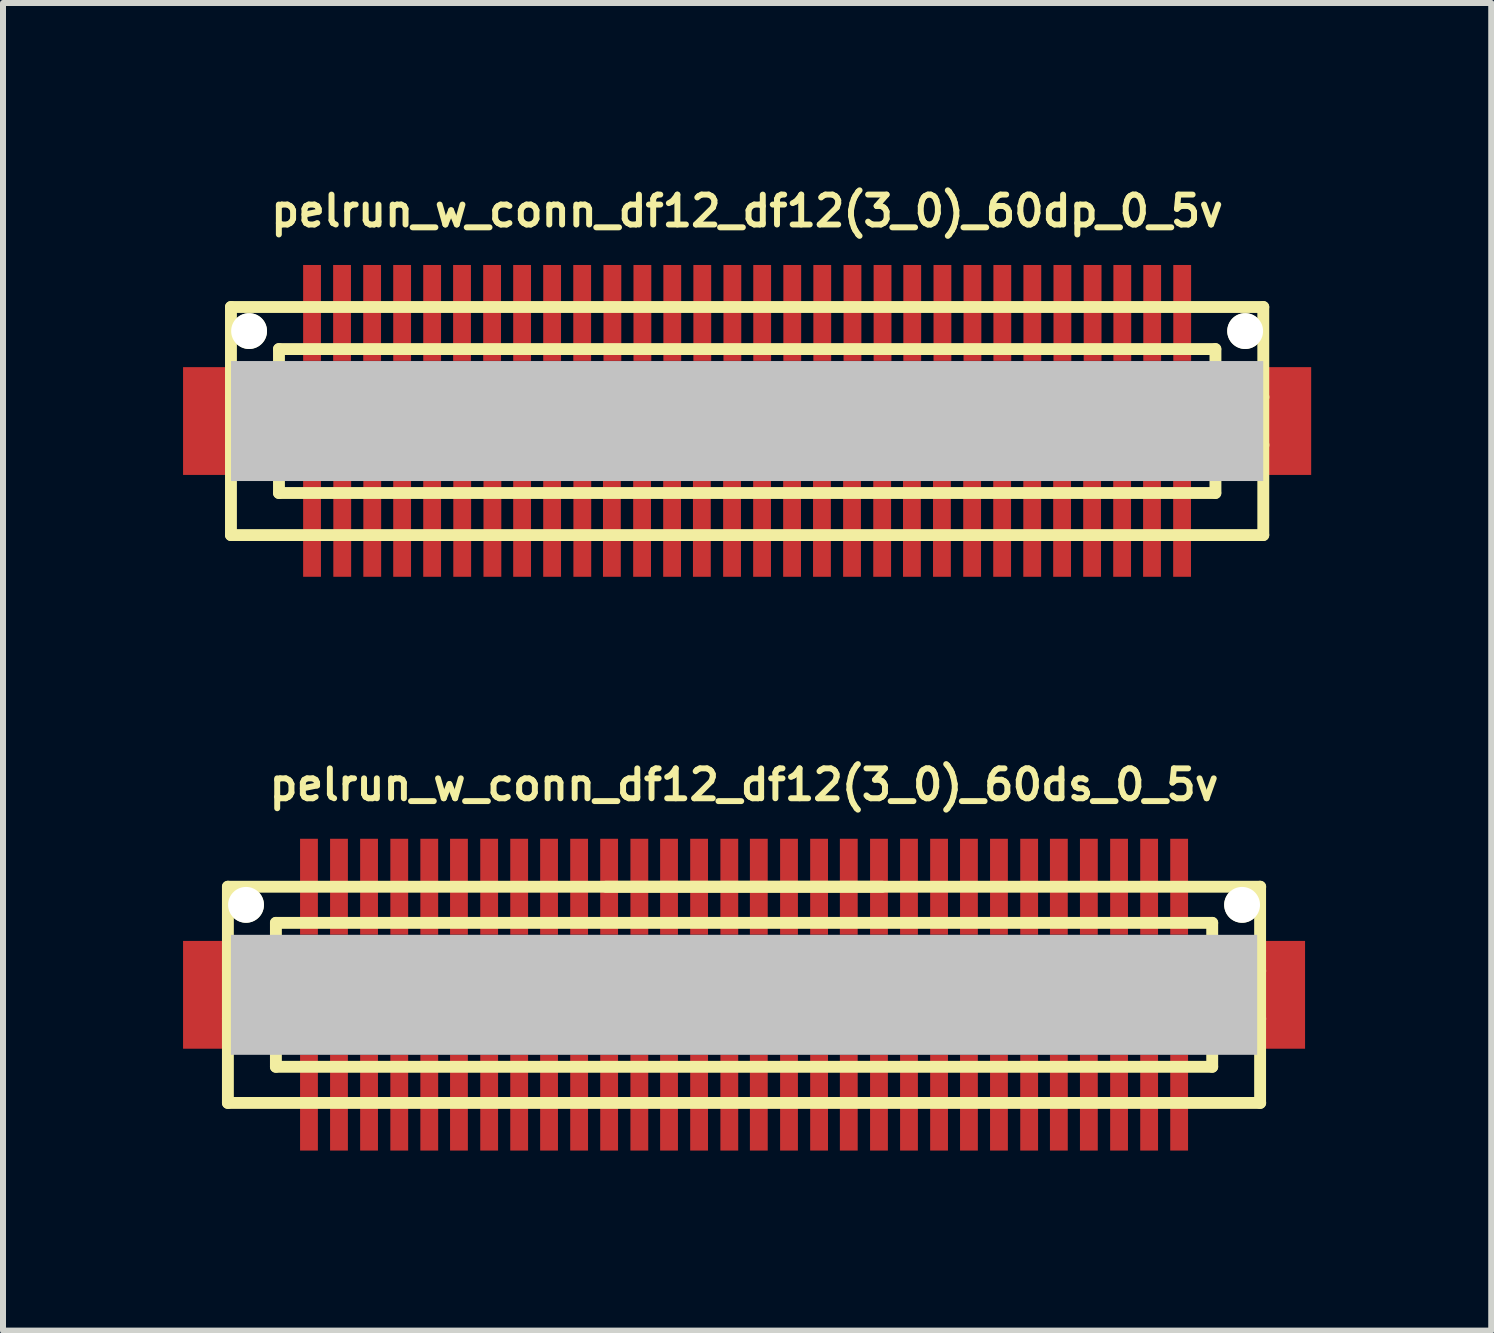
<source format=kicad_pcb>
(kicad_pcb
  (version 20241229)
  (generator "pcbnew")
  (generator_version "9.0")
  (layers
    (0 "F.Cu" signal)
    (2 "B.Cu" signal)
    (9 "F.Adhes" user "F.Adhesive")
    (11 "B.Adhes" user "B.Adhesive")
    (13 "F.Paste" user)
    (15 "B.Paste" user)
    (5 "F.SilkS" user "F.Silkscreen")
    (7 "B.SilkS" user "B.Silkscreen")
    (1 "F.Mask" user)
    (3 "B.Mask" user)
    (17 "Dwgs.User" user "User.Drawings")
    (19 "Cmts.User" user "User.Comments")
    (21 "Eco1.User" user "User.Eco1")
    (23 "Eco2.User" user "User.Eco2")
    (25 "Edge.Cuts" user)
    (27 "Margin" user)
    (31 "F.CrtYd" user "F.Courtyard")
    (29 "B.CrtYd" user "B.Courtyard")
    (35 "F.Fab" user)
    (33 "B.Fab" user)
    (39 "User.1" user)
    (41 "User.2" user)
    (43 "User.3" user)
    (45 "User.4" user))
  (footprint "pelrun_w_conn_df12_df12(3_0)_60ds_0_5v"
    (layer "F.Cu")
    (at 9.347 13.525)
    (property "Reference" "pelrun_w_conn_df12_df12(3_0)_60ds_0_5v" (at 0 -3.5 0) (layer "F.SilkS") (effects (font (size 0.498 0.498) (thickness 0.099))))
    (attr through_hole)
    (fp_line (start -8.6 -1.801) (end 8.6 -1.801) (stroke (width 0.198) (type solid)) (layer "F.SilkS"))
    (fp_line (start -8.6 1.801) (end -8.6 -1.801) (stroke (width 0.198) (type solid)) (layer "F.SilkS"))
    (fp_line (start -8.6 1.801) (end 8.6 1.801) (stroke (width 0.198) (type solid)) (layer "F.SilkS"))
    (fp_line (start -7.8 -0.701) (end 7.8 -0.701) (stroke (width 0.198) (type solid)) (layer "F.SilkS"))
    (fp_line (start -7.8 -0.399) (end -8.6 -0.399) (stroke (width 0.198) (type solid)) (layer "F.SilkS"))
    (fp_line (start -7.8 0.399) (end -8.6 0.399) (stroke (width 0.198) (type solid)) (layer "F.SilkS"))
    (fp_line (start -7.8 0.701) (end 7.8 0.701) (stroke (width 0.198) (type solid)) (layer "F.SilkS"))
    (fp_line (start -7.8 1.199) (end -7.8 -1.199) (stroke (width 0.198) (type solid)) (layer "F.SilkS"))
    (fp_line (start -2.301 -1.801) (end 2.301 -1.801) (stroke (width 0.198) (type solid)) (layer "F.SilkS"))
    (fp_line (start 7.8 -1.199) (end -7.8 -1.199) (stroke (width 0.198) (type solid)) (layer "F.SilkS"))
    (fp_line (start 7.8 -1.199) (end 7.8 1.199) (stroke (width 0.198) (type solid)) (layer "F.SilkS"))
    (fp_line (start 7.8 -0.399) (end 8.6 -0.399) (stroke (width 0.198) (type solid)) (layer "F.SilkS"))
    (fp_line (start 7.8 1.199) (end -7.8 1.199) (stroke (width 0.198) (type solid)) (layer "F.SilkS"))
    (fp_line (start 8.598 -1.801) (end 8.598 1.801) (stroke (width 0.198) (type solid)) (layer "F.SilkS"))
    (fp_line (start 8.6 0.399) (end 7.8 0.399) (stroke (width 0.198) (type solid)) (layer "F.SilkS"))
    (pad "" smd rect (at -8.948 0) (size 0.798 1.796) (layers "F.Cu" "F.Mask" "F.Paste"))
    (pad "" np_thru_hole circle (at -8.298 -1.499) (size 0.597 0.597) (drill 0.597) (layers "*.Cu" "*.Mask" "F.SilkS"))
    (pad "" smd rect (at 0 0) (size 17.099 1.999) (layers "Dwgs.User"))
    (pad "" np_thru_hole circle (at 8.298 -1.499) (size 0.597 0.597) (drill 0.597) (layers "*.Cu" "*.Mask" "F.SilkS"))
    (pad "" smd rect (at 8.948 0) (size 0.798 1.796) (layers "F.Cu" "F.Mask" "F.Paste"))
    (pad "1" smd rect (at -7.249 1.796) (size 0.297 1.598) (layers "F.Cu" "F.Mask" "F.Paste"))
    (pad "2" smd rect (at -6.749 1.796) (size 0.297 1.598) (layers "F.Cu" "F.Mask" "F.Paste"))
    (pad "3" smd rect (at -6.248 1.796) (size 0.297 1.598) (layers "F.Cu" "F.Mask" "F.Paste"))
    (pad "4" smd rect (at -5.745 1.796) (size 0.297 1.598) (layers "F.Cu" "F.Mask" "F.Paste"))
    (pad "5" smd rect (at -5.245 1.796) (size 0.297 1.598) (layers "F.Cu" "F.Mask" "F.Paste"))
    (pad "6" smd rect (at -4.75 1.796) (size 0.297 1.598) (layers "F.Cu" "F.Mask" "F.Paste"))
    (pad "7" smd rect (at -4.247 1.796) (size 0.297 1.598) (layers "F.Cu" "F.Mask" "F.Paste"))
    (pad "8" smd rect (at -3.747 1.796) (size 0.297 1.598) (layers "F.Cu" "F.Mask" "F.Paste"))
    (pad "9" smd rect (at -3.249 1.796) (size 0.297 1.598) (layers "F.Cu" "F.Mask" "F.Paste"))
    (pad "10" smd rect (at -2.748 1.796) (size 0.297 1.598) (layers "F.Cu" "F.Mask" "F.Paste"))
    (pad "11" smd rect (at -2.248 1.796) (size 0.297 1.598) (layers "F.Cu" "F.Mask" "F.Paste"))
    (pad "12" smd rect (at -1.745 1.796) (size 0.297 1.598) (layers "F.Cu" "F.Mask" "F.Paste"))
    (pad "13" smd rect (at -1.25 1.796) (size 0.297 1.598) (layers "F.Cu" "F.Mask" "F.Paste"))
    (pad "14" smd rect (at -0.749 1.796) (size 0.297 1.598) (layers "F.Cu" "F.Mask" "F.Paste"))
    (pad "15" smd rect (at -0.246 1.796) (size 0.297 1.598) (layers "F.Cu" "F.Mask" "F.Paste"))
    (pad "16" smd rect (at 0.246 1.796) (size 0.297 1.598) (layers "F.Cu" "F.Mask" "F.Paste"))
    (pad "17" smd rect (at 0.749 1.796) (size 0.297 1.598) (layers "F.Cu" "F.Mask" "F.Paste"))
    (pad "18" smd rect (at 1.25 1.796) (size 0.297 1.598) (layers "F.Cu" "F.Mask" "F.Paste"))
    (pad "19" smd rect (at 1.745 1.796) (size 0.297 1.598) (layers "F.Cu" "F.Mask" "F.Paste"))
    (pad "20" smd rect (at 2.248 1.796) (size 0.297 1.598) (layers "F.Cu" "F.Mask" "F.Paste"))
    (pad "21" smd rect (at 2.748 1.796) (size 0.297 1.598) (layers "F.Cu" "F.Mask" "F.Paste"))
    (pad "22" smd rect (at 3.249 1.796) (size 0.297 1.598) (layers "F.Cu" "F.Mask" "F.Paste"))
    (pad "23" smd rect (at 3.747 1.796) (size 0.297 1.598) (layers "F.Cu" "F.Mask" "F.Paste"))
    (pad "24" smd rect (at 4.247 1.796) (size 0.297 1.598) (layers "F.Cu" "F.Mask" "F.Paste"))
    (pad "25" smd rect (at 4.75 1.796) (size 0.297 1.598) (layers "F.Cu" "F.Mask" "F.Paste"))
    (pad "26" smd rect (at 5.245 1.796) (size 0.297 1.598) (layers "F.Cu" "F.Mask" "F.Paste"))
    (pad "27" smd rect (at 5.745 1.796) (size 0.297 1.598) (layers "F.Cu" "F.Mask" "F.Paste"))
    (pad "28" smd rect (at 6.248 1.796) (size 0.297 1.598) (layers "F.Cu" "F.Mask" "F.Paste"))
    (pad "29" smd rect (at 6.749 1.796) (size 0.297 1.598) (layers "F.Cu" "F.Mask" "F.Paste"))
    (pad "30" smd rect (at 7.249 1.796) (size 0.297 1.598) (layers "F.Cu" "F.Mask" "F.Paste"))
    (pad "31" smd rect (at 7.249 -1.801) (size 0.297 1.598) (layers "F.Cu" "F.Mask" "F.Paste"))
    (pad "32" smd rect (at 6.749 -1.801) (size 0.297 1.598) (layers "F.Cu" "F.Mask" "F.Paste"))
    (pad "33" smd rect (at 6.248 -1.801) (size 0.297 1.598) (layers "F.Cu" "F.Mask" "F.Paste"))
    (pad "34" smd rect (at 5.745 -1.801) (size 0.297 1.598) (layers "F.Cu" "F.Mask" "F.Paste"))
    (pad "35" smd rect (at 5.245 -1.801) (size 0.297 1.598) (layers "F.Cu" "F.Mask" "F.Paste"))
    (pad "36" smd rect (at 4.75 -1.801) (size 0.297 1.598) (layers "F.Cu" "F.Mask" "F.Paste"))
    (pad "37" smd rect (at 4.247 -1.801) (size 0.297 1.598) (layers "F.Cu" "F.Mask" "F.Paste"))
    (pad "38" smd rect (at 3.747 -1.801) (size 0.297 1.598) (layers "F.Cu" "F.Mask" "F.Paste"))
    (pad "39" smd rect (at 3.249 -1.801) (size 0.297 1.598) (layers "F.Cu" "F.Mask" "F.Paste"))
    (pad "40" smd rect (at 2.748 -1.801) (size 0.297 1.598) (layers "F.Cu" "F.Mask" "F.Paste"))
    (pad "41" smd rect (at 2.248 -1.801) (size 0.297 1.598) (layers "F.Cu" "F.Mask" "F.Paste"))
    (pad "42" smd rect (at 1.745 -1.801) (size 0.297 1.598) (layers "F.Cu" "F.Mask" "F.Paste"))
    (pad "43" smd rect (at 1.25 -1.801) (size 0.297 1.598) (layers "F.Cu" "F.Mask" "F.Paste"))
    (pad "44" smd rect (at 0.749 -1.801) (size 0.297 1.598) (layers "F.Cu" "F.Mask" "F.Paste"))
    (pad "45" smd rect (at 0.246 -1.801) (size 0.297 1.598) (layers "F.Cu" "F.Mask" "F.Paste"))
    (pad "46" smd rect (at -0.246 -1.801) (size 0.297 1.598) (layers "F.Cu" "F.Mask" "F.Paste"))
    (pad "47" smd rect (at -0.749 -1.801) (size 0.297 1.598) (layers "F.Cu" "F.Mask" "F.Paste"))
    (pad "48" smd rect (at -1.25 -1.801) (size 0.297 1.598) (layers "F.Cu" "F.Mask" "F.Paste"))
    (pad "49" smd rect (at -1.745 -1.801) (size 0.297 1.598) (layers "F.Cu" "F.Mask" "F.Paste"))
    (pad "50" smd rect (at -2.248 -1.801) (size 0.297 1.598) (layers "F.Cu" "F.Mask" "F.Paste"))
    (pad "51" smd rect (at -2.748 -1.801) (size 0.297 1.598) (layers "F.Cu" "F.Mask" "F.Paste"))
    (pad "52" smd rect (at -3.249 -1.801) (size 0.297 1.598) (layers "F.Cu" "F.Mask" "F.Paste"))
    (pad "53" smd rect (at -3.747 -1.801) (size 0.297 1.598) (layers "F.Cu" "F.Mask" "F.Paste"))
    (pad "54" smd rect (at -4.247 -1.801) (size 0.297 1.598) (layers "F.Cu" "F.Mask" "F.Paste"))
    (pad "55" smd rect (at -4.75 -1.801) (size 0.297 1.598) (layers "F.Cu" "F.Mask" "F.Paste"))
    (pad "56" smd rect (at -5.245 -1.801) (size 0.297 1.598) (layers "F.Cu" "F.Mask" "F.Paste"))
    (pad "57" smd rect (at -5.745 -1.801) (size 0.297 1.598) (layers "F.Cu" "F.Mask" "F.Paste"))
    (pad "58" smd rect (at -6.248 -1.801) (size 0.297 1.598) (layers "F.Cu" "F.Mask" "F.Paste"))
    (pad "59" smd rect (at -6.749 -1.801) (size 0.297 1.598) (layers "F.Cu" "F.Mask" "F.Paste"))
    (pad "60" smd rect (at -7.249 -1.801) (size 0.297 1.598) (layers "F.Cu" "F.Mask" "F.Paste")))
  (footprint "pelrun_w_conn_df12_df12(3_0)_60dp_0_5v"
    (layer "F.Cu")
    (at 9.398 3.965)
    (property "Reference" "pelrun_w_conn_df12_df12(3_0)_60dp_0_5v" (at 0 -3.5 0) (layer "F.SilkS") (effects (font (size 0.498 0.498) (thickness 0.099))))
    (attr through_hole)
    (fp_line (start -8.6 -1.9) (end -8.6 1.9) (stroke (width 0.198) (type solid)) (layer "F.SilkS"))
    (fp_line (start -8.6 1.9) (end 8.6 1.9) (stroke (width 0.198) (type solid)) (layer "F.SilkS"))
    (fp_line (start -7.8 -1.199) (end 7.8 -1.199) (stroke (width 0.198) (type solid)) (layer "F.SilkS"))
    (fp_line (start -7.8 -0.399) (end -8.6 -0.399) (stroke (width 0.198) (type solid)) (layer "F.SilkS"))
    (fp_line (start -7.8 0.399) (end -8.6 0.399) (stroke (width 0.198) (type solid)) (layer "F.SilkS"))
    (fp_line (start -7.8 1.199) (end -7.8 -1.199) (stroke (width 0.198) (type solid)) (layer "F.SilkS"))
    (fp_line (start 7.8 1.199) (end -7.8 1.199) (stroke (width 0.198) (type solid)) (layer "F.SilkS"))
    (fp_line (start 7.803 -1.199) (end 7.803 1.199) (stroke (width 0.198) (type solid)) (layer "F.SilkS"))
    (fp_line (start 7.803 -0.399) (end 8.603 -0.399) (stroke (width 0.198) (type solid)) (layer "F.SilkS"))
    (fp_line (start 8.6 -1.9) (end -8.6 -1.9) (stroke (width 0.198) (type solid)) (layer "F.SilkS"))
    (fp_line (start 8.6 1.9) (end 8.6 -1.9) (stroke (width 0.198) (type solid)) (layer "F.SilkS"))
    (fp_line (start 8.603 0.399) (end 7.803 0.399) (stroke (width 0.198) (type solid)) (layer "F.SilkS"))
    (pad "" smd rect (at -8.999 0) (size 0.798 1.796) (layers "F.Cu" "F.Mask" "F.Paste"))
    (pad "" np_thru_hole circle (at -8.298 -1.499) (size 0.597 0.597) (drill 0.597) (layers "*.Cu" "*.Mask" "F.SilkS"))
    (pad "" smd rect (at 0 0) (size 17.198 1.999) (layers "Dwgs.User"))
    (pad "" np_thru_hole circle (at 8.298 -1.499) (size 0.597 0.597) (drill 0.597) (layers "*.Cu" "*.Mask" "F.SilkS"))
    (pad "" smd rect (at 8.999 0) (size 0.798 1.796) (layers "F.Cu" "F.Mask" "F.Paste"))
    (pad "1" smd rect (at 7.247 1.796) (size 0.297 1.598) (layers "F.Cu" "F.Mask" "F.Paste"))
    (pad "2" smd rect (at 6.746 1.796) (size 0.297 1.598) (layers "F.Cu" "F.Mask" "F.Paste"))
    (pad "3" smd rect (at 6.248 1.796) (size 0.297 1.598) (layers "F.Cu" "F.Mask" "F.Paste"))
    (pad "4" smd rect (at 5.748 1.796) (size 0.297 1.598) (layers "F.Cu" "F.Mask" "F.Paste"))
    (pad "5" smd rect (at 5.248 1.796) (size 0.297 1.598) (layers "F.Cu" "F.Mask" "F.Paste"))
    (pad "6" smd rect (at 4.75 1.796) (size 0.297 1.598) (layers "F.Cu" "F.Mask" "F.Paste"))
    (pad "7" smd rect (at 4.249 1.796) (size 0.297 1.598) (layers "F.Cu" "F.Mask" "F.Paste"))
    (pad "8" smd rect (at 3.749 1.796) (size 0.297 1.598) (layers "F.Cu" "F.Mask" "F.Paste"))
    (pad "9" smd rect (at 3.246 1.796) (size 0.297 1.598) (layers "F.Cu" "F.Mask" "F.Paste"))
    (pad "10" smd rect (at 2.746 1.796) (size 0.297 1.598) (layers "F.Cu" "F.Mask" "F.Paste"))
    (pad "11" smd rect (at 2.25 1.796) (size 0.297 1.598) (layers "F.Cu" "F.Mask" "F.Paste"))
    (pad "12" smd rect (at 1.748 1.796) (size 0.297 1.598) (layers "F.Cu" "F.Mask" "F.Paste"))
    (pad "13" smd rect (at 1.247 1.796) (size 0.297 1.598) (layers "F.Cu" "F.Mask" "F.Paste"))
    (pad "14" smd rect (at 0.749 1.796) (size 0.297 1.598) (layers "F.Cu" "F.Mask" "F.Paste"))
    (pad "15" smd rect (at 0.249 1.796) (size 0.297 1.598) (layers "F.Cu" "F.Mask" "F.Paste"))
    (pad "16" smd rect (at -0.251 1.796) (size 0.297 1.598) (layers "F.Cu" "F.Mask" "F.Paste"))
    (pad "17" smd rect (at -0.754 1.796) (size 0.297 1.598) (layers "F.Cu" "F.Mask" "F.Paste"))
    (pad "18" smd rect (at -1.25 1.796) (size 0.297 1.598) (layers "F.Cu" "F.Mask" "F.Paste"))
    (pad "19" smd rect (at -1.75 1.796) (size 0.297 1.598) (layers "F.Cu" "F.Mask" "F.Paste"))
    (pad "20" smd rect (at -2.253 1.796) (size 0.297 1.598) (layers "F.Cu" "F.Mask" "F.Paste"))
    (pad "21" smd rect (at -2.746 1.796) (size 0.297 1.598) (layers "F.Cu" "F.Mask" "F.Paste"))
    (pad "22" smd rect (at -3.249 1.796) (size 0.297 1.598) (layers "F.Cu" "F.Mask" "F.Paste"))
    (pad "23" smd rect (at -3.749 1.796) (size 0.297 1.598) (layers "F.Cu" "F.Mask" "F.Paste"))
    (pad "24" smd rect (at -4.244 1.796) (size 0.297 1.598) (layers "F.Cu" "F.Mask" "F.Paste"))
    (pad "25" smd rect (at -4.747 1.796) (size 0.297 1.598) (layers "F.Cu" "F.Mask" "F.Paste"))
    (pad "26" smd rect (at -5.248 1.796) (size 0.297 1.598) (layers "F.Cu" "F.Mask" "F.Paste"))
    (pad "27" smd rect (at -5.748 1.796) (size 0.297 1.598) (layers "F.Cu" "F.Mask" "F.Paste"))
    (pad "28" smd rect (at -6.246 1.796) (size 0.297 1.598) (layers "F.Cu" "F.Mask" "F.Paste"))
    (pad "29" smd rect (at -6.746 1.796) (size 0.297 1.598) (layers "F.Cu" "F.Mask" "F.Paste"))
    (pad "30" smd rect (at -7.249 1.796) (size 0.297 1.598) (layers "F.Cu" "F.Mask" "F.Paste"))
    (pad "31" smd rect (at -7.249 -1.801) (size 0.297 1.598) (layers "F.Cu" "F.Mask" "F.Paste"))
    (pad "32" smd rect (at -6.749 -1.801) (size 0.297 1.598) (layers "F.Cu" "F.Mask" "F.Paste"))
    (pad "33" smd rect (at -6.248 -1.801) (size 0.297 1.598) (layers "F.Cu" "F.Mask" "F.Paste"))
    (pad "34" smd rect (at -5.748 -1.801) (size 0.297 1.598) (layers "F.Cu" "F.Mask" "F.Paste"))
    (pad "35" smd rect (at -5.248 -1.801) (size 0.297 1.598) (layers "F.Cu" "F.Mask" "F.Paste"))
    (pad "36" smd rect (at -4.75 -1.801) (size 0.297 1.598) (layers "F.Cu" "F.Mask" "F.Paste"))
    (pad "37" smd rect (at -4.249 -1.801) (size 0.297 1.598) (layers "F.Cu" "F.Mask" "F.Paste"))
    (pad "38" smd rect (at -3.749 -1.801) (size 0.297 1.598) (layers "F.Cu" "F.Mask" "F.Paste"))
    (pad "39" smd rect (at -3.249 -1.801) (size 0.297 1.598) (layers "F.Cu" "F.Mask" "F.Paste"))
    (pad "40" smd rect (at -2.748 -1.801) (size 0.297 1.598) (layers "F.Cu" "F.Mask" "F.Paste"))
    (pad "41" smd rect (at -2.245 -1.801) (size 0.297 1.598) (layers "F.Cu" "F.Mask" "F.Paste"))
    (pad "42" smd rect (at -1.745 -1.801) (size 0.297 1.598) (layers "F.Cu" "F.Mask" "F.Paste"))
    (pad "43" smd rect (at -1.247 -1.801) (size 0.297 1.598) (layers "F.Cu" "F.Mask" "F.Paste"))
    (pad "44" smd rect (at -0.747 -1.801) (size 0.297 1.598) (layers "F.Cu" "F.Mask" "F.Paste"))
    (pad "45" smd rect (at -0.246 -1.801) (size 0.297 1.598) (layers "F.Cu" "F.Mask" "F.Paste"))
    (pad "46" smd rect (at 0.251 -1.801) (size 0.297 1.598) (layers "F.Cu" "F.Mask" "F.Paste"))
    (pad "47" smd rect (at 0.752 -1.801) (size 0.297 1.598) (layers "F.Cu" "F.Mask" "F.Paste"))
    (pad "48" smd rect (at 1.252 -1.801) (size 0.297 1.598) (layers "F.Cu" "F.Mask" "F.Paste"))
    (pad "49" smd rect (at 1.755 -1.801) (size 0.297 1.598) (layers "F.Cu" "F.Mask" "F.Paste"))
    (pad "50" smd rect (at 2.256 -1.801) (size 0.297 1.598) (layers "F.Cu" "F.Mask" "F.Paste"))
    (pad "51" smd rect (at 2.751 -1.801) (size 0.297 1.598) (layers "F.Cu" "F.Mask" "F.Paste"))
    (pad "52" smd rect (at 3.254 -1.801) (size 0.297 1.598) (layers "F.Cu" "F.Mask" "F.Paste"))
    (pad "53" smd rect (at 3.754 -1.801) (size 0.297 1.598) (layers "F.Cu" "F.Mask" "F.Paste"))
    (pad "54" smd rect (at 4.252 -1.801) (size 0.297 1.598) (layers "F.Cu" "F.Mask" "F.Paste"))
    (pad "55" smd rect (at 4.752 -1.801) (size 0.297 1.598) (layers "F.Cu" "F.Mask" "F.Paste"))
    (pad "56" smd rect (at 5.253 -1.801) (size 0.297 1.598) (layers "F.Cu" "F.Mask" "F.Paste"))
    (pad "57" smd rect (at 5.756 -1.801) (size 0.297 1.598) (layers "F.Cu" "F.Mask" "F.Paste"))
    (pad "58" smd rect (at 6.251 -1.801) (size 0.297 1.598) (layers "F.Cu" "F.Mask" "F.Paste"))
    (pad "59" smd rect (at 6.749 -1.801) (size 0.297 1.598) (layers "F.Cu" "F.Mask" "F.Paste"))
    (pad "60" smd rect (at 7.249 -1.801) (size 0.297 1.598) (layers "F.Cu" "F.Mask" "F.Paste")))
  (gr_rect
    (start -3 -3)
    (end 21.796 19.12)
    (stroke (width 0.1) (type default))
    (fill no)
    (layer "Edge.Cuts")))
</source>
